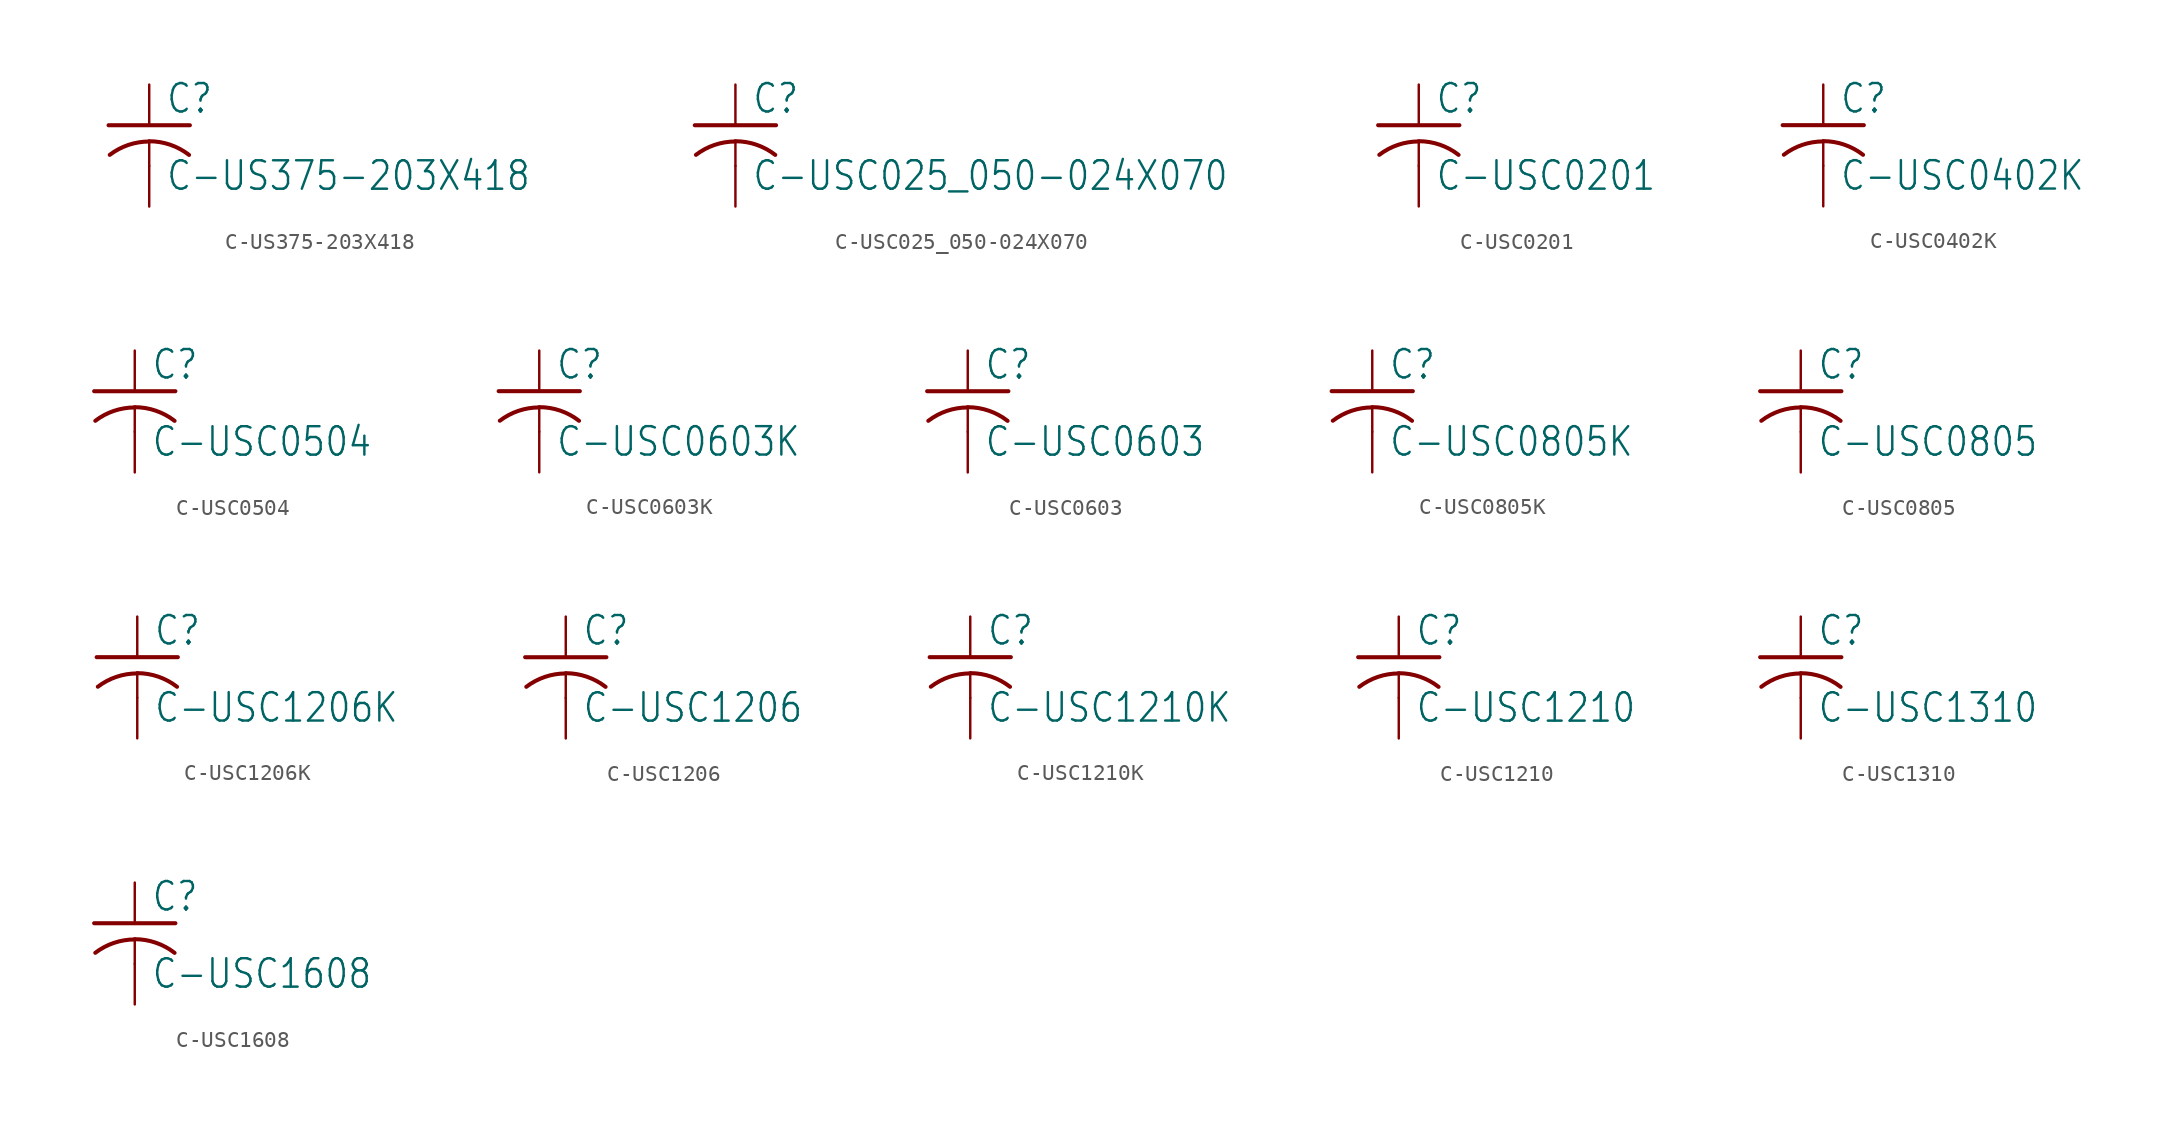
<source format=kicad_sym>
(kicad_symbol_lib
  (version 20201005)
  (generator kicad_symbol_editor)
  (symbol "C-US375-203X418"
    (property "Reference" "C"
      (at 1.016 0.635 0)
      (effects (font (size 1.778 1.511)) (justify left bottom)))
    (property "Value" "C-US375-203X418"
      (at 1.016 -4.191 0)
      (effects (font (size 1.778 1.511)) (justify left bottom)))
    (property "ki_locked" ""
      (at 0 0 0)
      (effects (font (size 1.27 1.27))))
    (symbol "C-US375-203X418_1_0"
      (arc (start 2.4892 -1.8542) (end 0 -1) (radius (at 0 -5.0542) (length 4.0541) (angles 52.1 90)) (stroke (width 0.254)) (fill (type none)))
      (arc (start 0 -1.0161) (end -2.4668 -1.8504) (radius (at 0 -5.0799) (length 4.0638) (angles 90 127.4)) (stroke (width 0.254)) (fill (type none)))
      (polyline (pts (xy -2.54 0) (xy 2.54 0)) (stroke (width 0.254)) (fill (type none)))
      (polyline (pts (xy 0 -1.016) (xy 0 -2.54)) (stroke (width 0.152)) (fill (type none)))
      (pin passive line (at 0 2.54 270) (length 2.54) (name "1" (effects (font (size 0 0)))) (number "1" (effects (font (size 0 0)))))
      (pin passive line (at 0 -5.08 90) (length 2.54) (name "2" (effects (font (size 0 0)))) (number "2" (effects (font (size 0 0)))))))
  (symbol "C-USC025_050-024X070"
    (property "Reference" "C"
      (at 1.016 0.635 0)
      (effects (font (size 1.778 1.511)) (justify left bottom)))
    (property "Value" "C-USC025_050-024X070"
      (at 1.016 -4.191 0)
      (effects (font (size 1.778 1.511)) (justify left bottom)))
    (property "ki_locked" ""
      (at 0 0 0)
      (effects (font (size 1.27 1.27))))
    (symbol "C-USC025_050-024X070_1_0"
      (arc (start 2.4892 -1.8542) (end 0 -1) (radius (at 0 -5.0542) (length 4.0541) (angles 52.1 90)) (stroke (width 0.254)) (fill (type none)))
      (arc (start 0 -1.0161) (end -2.4668 -1.8504) (radius (at 0 -5.0799) (length 4.0638) (angles 90 127.4)) (stroke (width 0.254)) (fill (type none)))
      (polyline (pts (xy -2.54 0) (xy 2.54 0)) (stroke (width 0.254)) (fill (type none)))
      (polyline (pts (xy 0 -1.016) (xy 0 -2.54)) (stroke (width 0.152)) (fill (type none)))
      (pin passive line (at 0 2.54 270) (length 2.54) (name "1" (effects (font (size 0 0)))) (number "1" (effects (font (size 0 0)))))
      (pin passive line (at 0 -5.08 90) (length 2.54) (name "2" (effects (font (size 0 0)))) (number "2" (effects (font (size 0 0)))))))
  (symbol "C-USC0201"
    (property "Reference" "C"
      (at 1.016 0.635 0)
      (effects (font (size 1.778 1.511)) (justify left bottom)))
    (property "Value" "C-USC0201"
      (at 1.016 -4.191 0)
      (effects (font (size 1.778 1.511)) (justify left bottom)))
    (property "ki_locked" ""
      (at 0 0 0)
      (effects (font (size 1.27 1.27))))
    (symbol "C-USC0201_1_0"
      (arc (start 2.4892 -1.8542) (end 0 -1) (radius (at 0 -5.0542) (length 4.0541) (angles 52.1 90)) (stroke (width 0.254)) (fill (type none)))
      (arc (start 0 -1.0161) (end -2.4668 -1.8504) (radius (at 0 -5.0799) (length 4.0638) (angles 90 127.4)) (stroke (width 0.254)) (fill (type none)))
      (polyline (pts (xy -2.54 0) (xy 2.54 0)) (stroke (width 0.254)) (fill (type none)))
      (polyline (pts (xy 0 -1.016) (xy 0 -2.54)) (stroke (width 0.152)) (fill (type none)))
      (pin passive line (at 0 2.54 270) (length 2.54) (name "1" (effects (font (size 0 0)))) (number "1" (effects (font (size 0 0)))))
      (pin passive line (at 0 -5.08 90) (length 2.54) (name "2" (effects (font (size 0 0)))) (number "2" (effects (font (size 0 0)))))))
  (symbol "C-USC0402K"
    (property "Reference" "C"
      (at 1.016 0.635 0)
      (effects (font (size 1.778 1.511)) (justify left bottom)))
    (property "Value" "C-USC0402K"
      (at 1.016 -4.191 0)
      (effects (font (size 1.778 1.511)) (justify left bottom)))
    (property "ki_locked" ""
      (at 0 0 0)
      (effects (font (size 1.27 1.27))))
    (symbol "C-USC0402K_1_0"
      (arc (start 2.4892 -1.8542) (end 0 -1) (radius (at 0 -5.0542) (length 4.0541) (angles 52.1 90)) (stroke (width 0.254)) (fill (type none)))
      (arc (start 0 -1.0161) (end -2.4668 -1.8504) (radius (at 0 -5.0799) (length 4.0638) (angles 90 127.4)) (stroke (width 0.254)) (fill (type none)))
      (polyline (pts (xy -2.54 0) (xy 2.54 0)) (stroke (width 0.254)) (fill (type none)))
      (polyline (pts (xy 0 -1.016) (xy 0 -2.54)) (stroke (width 0.152)) (fill (type none)))
      (pin passive line (at 0 2.54 270) (length 2.54) (name "1" (effects (font (size 0 0)))) (number "1" (effects (font (size 0 0)))))
      (pin passive line (at 0 -5.08 90) (length 2.54) (name "2" (effects (font (size 0 0)))) (number "2" (effects (font (size 0 0)))))))
  (symbol "C-USC0504"
    (property "Reference" "C"
      (at 1.016 0.635 0)
      (effects (font (size 1.778 1.511)) (justify left bottom)))
    (property "Value" "C-USC0504"
      (at 1.016 -4.191 0)
      (effects (font (size 1.778 1.511)) (justify left bottom)))
    (property "ki_locked" ""
      (at 0 0 0)
      (effects (font (size 1.27 1.27))))
    (symbol "C-USC0504_1_0"
      (arc (start 2.4892 -1.8542) (end 0 -1) (radius (at 0 -5.0542) (length 4.0541) (angles 52.1 90)) (stroke (width 0.254)) (fill (type none)))
      (arc (start 0 -1.0161) (end -2.4668 -1.8504) (radius (at 0 -5.0799) (length 4.0638) (angles 90 127.4)) (stroke (width 0.254)) (fill (type none)))
      (polyline (pts (xy -2.54 0) (xy 2.54 0)) (stroke (width 0.254)) (fill (type none)))
      (polyline (pts (xy 0 -1.016) (xy 0 -2.54)) (stroke (width 0.152)) (fill (type none)))
      (pin passive line (at 0 2.54 270) (length 2.54) (name "1" (effects (font (size 0 0)))) (number "1" (effects (font (size 0 0)))))
      (pin passive line (at 0 -5.08 90) (length 2.54) (name "2" (effects (font (size 0 0)))) (number "2" (effects (font (size 0 0)))))))
  (symbol "C-USC0603K"
    (property "Reference" "C"
      (at 1.016 0.635 0)
      (effects (font (size 1.778 1.511)) (justify left bottom)))
    (property "Value" "C-USC0603K"
      (at 1.016 -4.191 0)
      (effects (font (size 1.778 1.511)) (justify left bottom)))
    (property "ki_locked" ""
      (at 0 0 0)
      (effects (font (size 1.27 1.27))))
    (symbol "C-USC0603K_1_0"
      (arc (start 2.4892 -1.8542) (end 0 -1) (radius (at 0 -5.0542) (length 4.0541) (angles 52.1 90)) (stroke (width 0.254)) (fill (type none)))
      (arc (start 0 -1.0161) (end -2.4668 -1.8504) (radius (at 0 -5.0799) (length 4.0638) (angles 90 127.4)) (stroke (width 0.254)) (fill (type none)))
      (polyline (pts (xy -2.54 0) (xy 2.54 0)) (stroke (width 0.254)) (fill (type none)))
      (polyline (pts (xy 0 -1.016) (xy 0 -2.54)) (stroke (width 0.152)) (fill (type none)))
      (pin passive line (at 0 2.54 270) (length 2.54) (name "1" (effects (font (size 0 0)))) (number "1" (effects (font (size 0 0)))))
      (pin passive line (at 0 -5.08 90) (length 2.54) (name "2" (effects (font (size 0 0)))) (number "2" (effects (font (size 0 0)))))))
  (symbol "C-USC0603"
    (property "Reference" "C"
      (at 1.016 0.635 0)
      (effects (font (size 1.778 1.511)) (justify left bottom)))
    (property "Value" "C-USC0603"
      (at 1.016 -4.191 0)
      (effects (font (size 1.778 1.511)) (justify left bottom)))
    (property "ki_locked" ""
      (at 0 0 0)
      (effects (font (size 1.27 1.27))))
    (symbol "C-USC0603_1_0"
      (arc (start 2.4892 -1.8542) (end 0 -1) (radius (at 0 -5.0542) (length 4.0541) (angles 52.1 90)) (stroke (width 0.254)) (fill (type none)))
      (arc (start 0 -1.0161) (end -2.4668 -1.8504) (radius (at 0 -5.0799) (length 4.0638) (angles 90 127.4)) (stroke (width 0.254)) (fill (type none)))
      (polyline (pts (xy -2.54 0) (xy 2.54 0)) (stroke (width 0.254)) (fill (type none)))
      (polyline (pts (xy 0 -1.016) (xy 0 -2.54)) (stroke (width 0.152)) (fill (type none)))
      (pin passive line (at 0 2.54 270) (length 2.54) (name "1" (effects (font (size 0 0)))) (number "1" (effects (font (size 0 0)))))
      (pin passive line (at 0 -5.08 90) (length 2.54) (name "2" (effects (font (size 0 0)))) (number "2" (effects (font (size 0 0)))))))
  (symbol "C-USC0805K"
    (property "Reference" "C"
      (at 1.016 0.635 0)
      (effects (font (size 1.778 1.511)) (justify left bottom)))
    (property "Value" "C-USC0805K"
      (at 1.016 -4.191 0)
      (effects (font (size 1.778 1.511)) (justify left bottom)))
    (property "ki_locked" ""
      (at 0 0 0)
      (effects (font (size 1.27 1.27))))
    (symbol "C-USC0805K_1_0"
      (arc (start 2.4892 -1.8542) (end 0 -1) (radius (at 0 -5.0542) (length 4.0541) (angles 52.1 90)) (stroke (width 0.254)) (fill (type none)))
      (arc (start 0 -1.0161) (end -2.4668 -1.8504) (radius (at 0 -5.0799) (length 4.0638) (angles 90 127.4)) (stroke (width 0.254)) (fill (type none)))
      (polyline (pts (xy -2.54 0) (xy 2.54 0)) (stroke (width 0.254)) (fill (type none)))
      (polyline (pts (xy 0 -1.016) (xy 0 -2.54)) (stroke (width 0.152)) (fill (type none)))
      (pin passive line (at 0 2.54 270) (length 2.54) (name "1" (effects (font (size 0 0)))) (number "1" (effects (font (size 0 0)))))
      (pin passive line (at 0 -5.08 90) (length 2.54) (name "2" (effects (font (size 0 0)))) (number "2" (effects (font (size 0 0)))))))
  (symbol "C-USC0805"
    (property "Reference" "C"
      (at 1.016 0.635 0)
      (effects (font (size 1.778 1.511)) (justify left bottom)))
    (property "Value" "C-USC0805"
      (at 1.016 -4.191 0)
      (effects (font (size 1.778 1.511)) (justify left bottom)))
    (property "ki_locked" ""
      (at 0 0 0)
      (effects (font (size 1.27 1.27))))
    (symbol "C-USC0805_1_0"
      (arc (start 2.4892 -1.8542) (end 0 -1) (radius (at 0 -5.0542) (length 4.0541) (angles 52.1 90)) (stroke (width 0.254)) (fill (type none)))
      (arc (start 0 -1.0161) (end -2.4668 -1.8504) (radius (at 0 -5.0799) (length 4.0638) (angles 90 127.4)) (stroke (width 0.254)) (fill (type none)))
      (polyline (pts (xy -2.54 0) (xy 2.54 0)) (stroke (width 0.254)) (fill (type none)))
      (polyline (pts (xy 0 -1.016) (xy 0 -2.54)) (stroke (width 0.152)) (fill (type none)))
      (pin passive line (at 0 2.54 270) (length 2.54) (name "1" (effects (font (size 0 0)))) (number "1" (effects (font (size 0 0)))))
      (pin passive line (at 0 -5.08 90) (length 2.54) (name "2" (effects (font (size 0 0)))) (number "2" (effects (font (size 0 0)))))))
  (symbol "C-USC1206K"
    (property "Reference" "C"
      (at 1.016 0.635 0)
      (effects (font (size 1.778 1.511)) (justify left bottom)))
    (property "Value" "C-USC1206K"
      (at 1.016 -4.191 0)
      (effects (font (size 1.778 1.511)) (justify left bottom)))
    (property "ki_locked" ""
      (at 0 0 0)
      (effects (font (size 1.27 1.27))))
    (symbol "C-USC1206K_1_0"
      (arc (start 2.4892 -1.8542) (end 0 -1) (radius (at 0 -5.0542) (length 4.0541) (angles 52.1 90)) (stroke (width 0.254)) (fill (type none)))
      (arc (start 0 -1.0161) (end -2.4668 -1.8504) (radius (at 0 -5.0799) (length 4.0638) (angles 90 127.4)) (stroke (width 0.254)) (fill (type none)))
      (polyline (pts (xy -2.54 0) (xy 2.54 0)) (stroke (width 0.254)) (fill (type none)))
      (polyline (pts (xy 0 -1.016) (xy 0 -2.54)) (stroke (width 0.152)) (fill (type none)))
      (pin passive line (at 0 2.54 270) (length 2.54) (name "1" (effects (font (size 0 0)))) (number "1" (effects (font (size 0 0)))))
      (pin passive line (at 0 -5.08 90) (length 2.54) (name "2" (effects (font (size 0 0)))) (number "2" (effects (font (size 0 0)))))))
  (symbol "C-USC1206"
    (property "Reference" "C"
      (at 1.016 0.635 0)
      (effects (font (size 1.778 1.511)) (justify left bottom)))
    (property "Value" "C-USC1206"
      (at 1.016 -4.191 0)
      (effects (font (size 1.778 1.511)) (justify left bottom)))
    (property "ki_locked" ""
      (at 0 0 0)
      (effects (font (size 1.27 1.27))))
    (symbol "C-USC1206_1_0"
      (arc (start 2.4892 -1.8542) (end 0 -1) (radius (at 0 -5.0542) (length 4.0541) (angles 52.1 90)) (stroke (width 0.254)) (fill (type none)))
      (arc (start 0 -1.0161) (end -2.4668 -1.8504) (radius (at 0 -5.0799) (length 4.0638) (angles 90 127.4)) (stroke (width 0.254)) (fill (type none)))
      (polyline (pts (xy -2.54 0) (xy 2.54 0)) (stroke (width 0.254)) (fill (type none)))
      (polyline (pts (xy 0 -1.016) (xy 0 -2.54)) (stroke (width 0.152)) (fill (type none)))
      (pin passive line (at 0 2.54 270) (length 2.54) (name "1" (effects (font (size 0 0)))) (number "1" (effects (font (size 0 0)))))
      (pin passive line (at 0 -5.08 90) (length 2.54) (name "2" (effects (font (size 0 0)))) (number "2" (effects (font (size 0 0)))))))
  (symbol "C-USC1210K"
    (property "Reference" "C"
      (at 1.016 0.635 0)
      (effects (font (size 1.778 1.511)) (justify left bottom)))
    (property "Value" "C-USC1210K"
      (at 1.016 -4.191 0)
      (effects (font (size 1.778 1.511)) (justify left bottom)))
    (property "ki_locked" ""
      (at 0 0 0)
      (effects (font (size 1.27 1.27))))
    (symbol "C-USC1210K_1_0"
      (arc (start 2.4892 -1.8542) (end 0 -1) (radius (at 0 -5.0542) (length 4.0541) (angles 52.1 90)) (stroke (width 0.254)) (fill (type none)))
      (arc (start 0 -1.0161) (end -2.4668 -1.8504) (radius (at 0 -5.0799) (length 4.0638) (angles 90 127.4)) (stroke (width 0.254)) (fill (type none)))
      (polyline (pts (xy -2.54 0) (xy 2.54 0)) (stroke (width 0.254)) (fill (type none)))
      (polyline (pts (xy 0 -1.016) (xy 0 -2.54)) (stroke (width 0.152)) (fill (type none)))
      (pin passive line (at 0 2.54 270) (length 2.54) (name "1" (effects (font (size 0 0)))) (number "1" (effects (font (size 0 0)))))
      (pin passive line (at 0 -5.08 90) (length 2.54) (name "2" (effects (font (size 0 0)))) (number "2" (effects (font (size 0 0)))))))
  (symbol "C-USC1210"
    (property "Reference" "C"
      (at 1.016 0.635 0)
      (effects (font (size 1.778 1.511)) (justify left bottom)))
    (property "Value" "C-USC1210"
      (at 1.016 -4.191 0)
      (effects (font (size 1.778 1.511)) (justify left bottom)))
    (property "ki_locked" ""
      (at 0 0 0)
      (effects (font (size 1.27 1.27))))
    (symbol "C-USC1210_1_0"
      (arc (start 2.4892 -1.8542) (end 0 -1) (radius (at 0 -5.0542) (length 4.0541) (angles 52.1 90)) (stroke (width 0.254)) (fill (type none)))
      (arc (start 0 -1.0161) (end -2.4668 -1.8504) (radius (at 0 -5.0799) (length 4.0638) (angles 90 127.4)) (stroke (width 0.254)) (fill (type none)))
      (polyline (pts (xy -2.54 0) (xy 2.54 0)) (stroke (width 0.254)) (fill (type none)))
      (polyline (pts (xy 0 -1.016) (xy 0 -2.54)) (stroke (width 0.152)) (fill (type none)))
      (pin passive line (at 0 2.54 270) (length 2.54) (name "1" (effects (font (size 0 0)))) (number "1" (effects (font (size 0 0)))))
      (pin passive line (at 0 -5.08 90) (length 2.54) (name "2" (effects (font (size 0 0)))) (number "2" (effects (font (size 0 0)))))))
  (symbol "C-USC1310"
    (property "Reference" "C"
      (at 1.016 0.635 0)
      (effects (font (size 1.778 1.511)) (justify left bottom)))
    (property "Value" "C-USC1310"
      (at 1.016 -4.191 0)
      (effects (font (size 1.778 1.511)) (justify left bottom)))
    (property "ki_locked" ""
      (at 0 0 0)
      (effects (font (size 1.27 1.27))))
    (symbol "C-USC1310_1_0"
      (arc (start 2.4892 -1.8542) (end 0 -1) (radius (at 0 -5.0542) (length 4.0541) (angles 52.1 90)) (stroke (width 0.254)) (fill (type none)))
      (arc (start 0 -1.0161) (end -2.4668 -1.8504) (radius (at 0 -5.0799) (length 4.0638) (angles 90 127.4)) (stroke (width 0.254)) (fill (type none)))
      (polyline (pts (xy -2.54 0) (xy 2.54 0)) (stroke (width 0.254)) (fill (type none)))
      (polyline (pts (xy 0 -1.016) (xy 0 -2.54)) (stroke (width 0.152)) (fill (type none)))
      (pin passive line (at 0 2.54 270) (length 2.54) (name "1" (effects (font (size 0 0)))) (number "1" (effects (font (size 0 0)))))
      (pin passive line (at 0 -5.08 90) (length 2.54) (name "2" (effects (font (size 0 0)))) (number "2" (effects (font (size 0 0)))))))
  (symbol "C-USC1608"
    (property "Reference" "C"
      (at 1.016 0.635 0)
      (effects (font (size 1.778 1.511)) (justify left bottom)))
    (property "Value" "C-USC1608"
      (at 1.016 -4.191 0)
      (effects (font (size 1.778 1.511)) (justify left bottom)))
    (property "ki_locked" ""
      (at 0 0 0)
      (effects (font (size 1.27 1.27))))
    (symbol "C-USC1608_1_0"
      (arc (start 2.4892 -1.8542) (end 0 -1) (radius (at 0 -5.0542) (length 4.0541) (angles 52.1 90)) (stroke (width 0.254)) (fill (type none)))
      (arc (start 0 -1.0161) (end -2.4668 -1.8504) (radius (at 0 -5.0799) (length 4.0638) (angles 90 127.4)) (stroke (width 0.254)) (fill (type none)))
      (polyline (pts (xy -2.54 0) (xy 2.54 0)) (stroke (width 0.254)) (fill (type none)))
      (polyline (pts (xy 0 -1.016) (xy 0 -2.54)) (stroke (width 0.152)) (fill (type none)))
      (pin passive line (at 0 2.54 270) (length 2.54) (name "1" (effects (font (size 0 0)))) (number "1" (effects (font (size 0 0)))))
      (pin passive line (at 0 -5.08 90) (length 2.54) (name "2" (effects (font (size 0 0)))) (number "2" (effects (font (size 0 0))))))))
</source>
